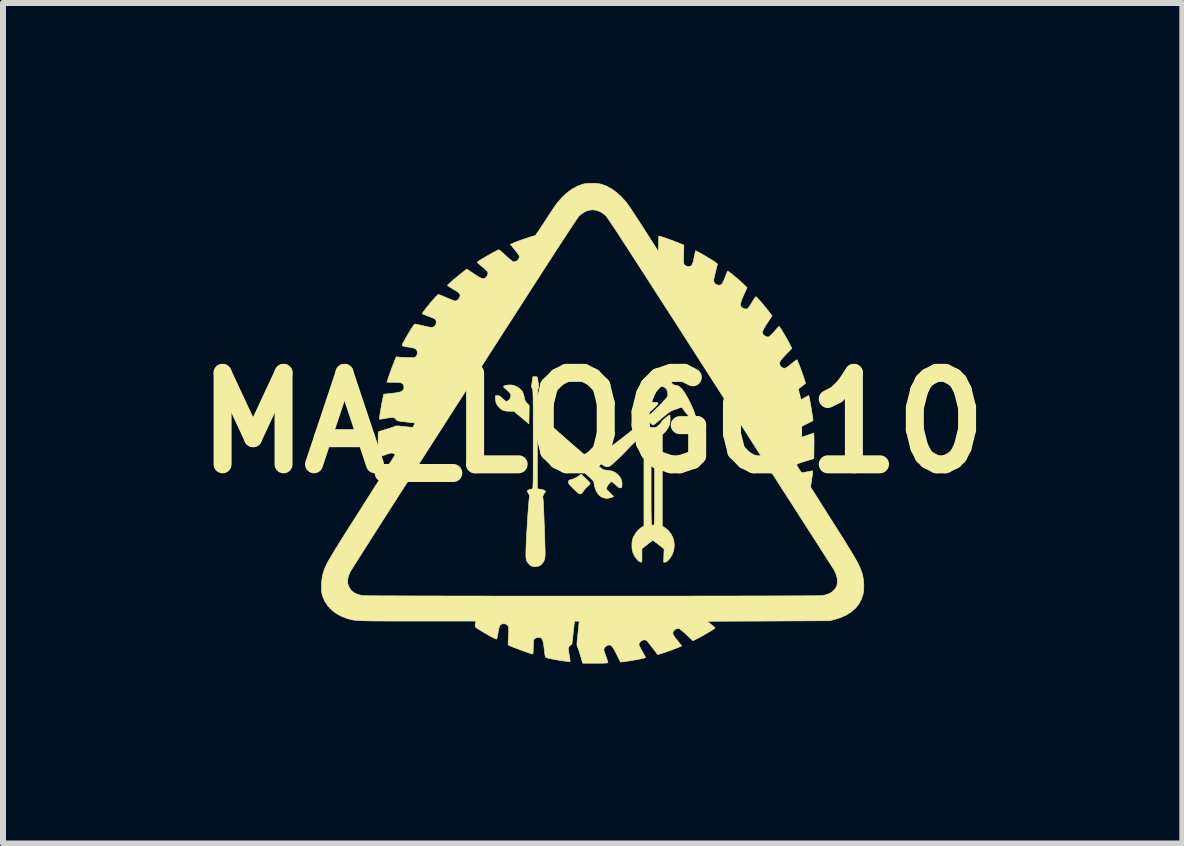
<source format=kicad_pcb>
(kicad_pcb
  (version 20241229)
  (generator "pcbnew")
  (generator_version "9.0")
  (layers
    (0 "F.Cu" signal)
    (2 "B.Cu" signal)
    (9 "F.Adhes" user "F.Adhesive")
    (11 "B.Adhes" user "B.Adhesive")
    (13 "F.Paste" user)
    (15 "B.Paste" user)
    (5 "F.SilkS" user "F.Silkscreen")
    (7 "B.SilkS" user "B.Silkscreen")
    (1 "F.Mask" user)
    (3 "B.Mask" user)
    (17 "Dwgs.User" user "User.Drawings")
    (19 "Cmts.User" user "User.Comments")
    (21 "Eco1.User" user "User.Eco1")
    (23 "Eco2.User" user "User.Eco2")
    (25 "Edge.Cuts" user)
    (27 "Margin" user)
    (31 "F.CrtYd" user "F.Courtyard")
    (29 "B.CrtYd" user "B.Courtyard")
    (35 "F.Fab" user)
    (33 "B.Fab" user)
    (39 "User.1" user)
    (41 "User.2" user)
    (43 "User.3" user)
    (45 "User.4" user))
  (footprint "MA_LOGO10"
    (layer "F.Cu")
    (at 6.829 4)
    (property "Reference" "MA_LOGO10" (at 0 0 0) (layer "F.SilkS") (effects (font (size 1.524 1.524) (thickness 0.3))))
    (attr through_hole)
    (fp_poly (pts (xy -0.118 0.924) (xy -0.089 0.952) (xy -0.065 0.977) (xy -0.048 0.997) (xy -0.042 1.008) (xy -0.042 1.008) (xy -0.049 1.021) (xy -0.064 1.039) (xy -0.081 1.054) (xy -0.106 1.078) (xy -0.134 1.109) (xy -0.153 1.135) (xy -0.171 1.161) (xy -0.187 1.177) (xy -0.202 1.184) (xy -0.22 1.181) (xy -0.242 1.167) (xy -0.271 1.142) (xy -0.309 1.106) (xy -0.317 1.099) (xy -0.355 1.061) (xy -0.381 1.033) (xy -0.397 1.012) (xy -0.405 0.997) (xy -0.406 0.99) (xy -0.401 0.966) (xy -0.386 0.951) (xy -0.375 0.948) (xy -0.354 0.944) (xy -0.324 0.933) (xy -0.29 0.918) (xy -0.257 0.9) (xy -0.232 0.884) (xy -0.194 0.855) (xy -0.118 0.924)) (stroke (width 0.01) (type solid)) (fill yes) (layer "F.SilkS"))
    (fp_poly (pts (xy -1.36 -0.633) (xy -1.32 -0.627) (xy -1.307 -0.623) (xy -1.261 -0.602) (xy -1.219 -0.574) (xy -1.185 -0.541) (xy -1.168 -0.516) (xy -1.157 -0.489) (xy -1.146 -0.453) (xy -1.139 -0.422) (xy -1.131 -0.387) (xy -1.121 -0.362) (xy -1.107 -0.341) (xy -1.093 -0.327) (xy -1.058 -0.291) (xy -1.06 -0.138) (xy -1.063 0.014) (xy -1.187 -0.09) (xy -1.312 -0.195) (xy -1.385 -0.195) (xy -1.438 -0.197) (xy -1.479 -0.205) (xy -1.513 -0.221) (xy -1.546 -0.246) (xy -1.552 -0.252) (xy -1.59 -0.296) (xy -1.612 -0.343) (xy -1.62 -0.396) (xy -1.621 -0.402) (xy -1.621 -0.453) (xy -1.59 -0.456) (xy -1.57 -0.455) (xy -1.553 -0.449) (xy -1.533 -0.435) (xy -1.518 -0.422) (xy -1.486 -0.393) (xy -1.464 -0.374) (xy -1.45 -0.363) (xy -1.439 -0.359) (xy -1.43 -0.36) (xy -1.419 -0.365) (xy -1.415 -0.368) (xy -1.386 -0.391) (xy -1.368 -0.425) (xy -1.363 -0.459) (xy -1.365 -0.473) (xy -1.371 -0.487) (xy -1.384 -0.504) (xy -1.407 -0.527) (xy -1.428 -0.547) (xy -1.457 -0.574) (xy -1.476 -0.591) (xy -1.484 -0.603) (xy -1.485 -0.61) (xy -1.479 -0.615) (xy -1.474 -0.618) (xy -1.443 -0.628) (xy -1.403 -0.633) (xy -1.36 -0.633)) (stroke (width 0.01) (type solid)) (fill yes) (layer "F.SilkS"))
    (fp_poly (pts (xy 0.719 0.086) (xy 0.728 0.104) (xy 0.728 0.106) (xy 0.741 0.126) (xy 0.762 0.151) (xy 0.777 0.168) (xy 0.796 0.188) (xy 0.808 0.204) (xy 0.811 0.211) (xy 0.804 0.219) (xy 0.787 0.236) (xy 0.762 0.26) (xy 0.731 0.289) (xy 0.715 0.304) (xy 0.678 0.339) (xy 0.64 0.377) (xy 0.606 0.412) (xy 0.58 0.44) (xy 0.576 0.445) (xy 0.554 0.469) (xy 0.523 0.501) (xy 0.486 0.539) (xy 0.445 0.579) (xy 0.406 0.614) (xy 0.364 0.653) (xy 0.333 0.682) (xy 0.309 0.702) (xy 0.291 0.716) (xy 0.277 0.723) (xy 0.265 0.727) (xy 0.252 0.728) (xy 0.244 0.728) (xy 0.224 0.727) (xy 0.206 0.722) (xy 0.186 0.712) (xy 0.16 0.695) (xy 0.137 0.678) (xy 0.108 0.656) (xy 0.084 0.637) (xy 0.068 0.624) (xy 0.064 0.62) (xy 0.068 0.61) (xy 0.084 0.591) (xy 0.111 0.564) (xy 0.148 0.529) (xy 0.194 0.489) (xy 0.248 0.445) (xy 0.308 0.396) (xy 0.373 0.344) (xy 0.443 0.29) (xy 0.457 0.28) (xy 0.504 0.244) (xy 0.55 0.208) (xy 0.593 0.175) (xy 0.628 0.146) (xy 0.654 0.125) (xy 0.654 0.124) (xy 0.68 0.103) (xy 0.7 0.087) (xy 0.712 0.078) (xy 0.714 0.077) (xy 0.719 0.086)) (stroke (width 0.01) (type solid)) (fill yes) (layer "F.SilkS"))
    (fp_poly (pts (xy -0.839 -0.085) (xy -0.82 -0.069) (xy -0.792 -0.045) (xy -0.757 -0.014) (xy -0.717 0.021) (xy -0.688 0.047) (xy -0.582 0.143) (xy -0.479 0.234) (xy -0.38 0.321) (xy -0.287 0.402) (xy -0.2 0.477) (xy -0.12 0.546) (xy -0.047 0.607) (xy 0.018 0.66) (xy 0.074 0.704) (xy 0.12 0.739) (xy 0.156 0.764) (xy 0.18 0.779) (xy 0.189 0.783) (xy 0.207 0.785) (xy 0.235 0.789) (xy 0.261 0.791) (xy 0.323 0.802) (xy 0.376 0.826) (xy 0.422 0.863) (xy 0.427 0.867) (xy 0.463 0.913) (xy 0.483 0.96) (xy 0.49 1.013) (xy 0.489 1.029) (xy 0.487 1.057) (xy 0.484 1.073) (xy 0.477 1.08) (xy 0.464 1.082) (xy 0.464 1.082) (xy 0.447 1.081) (xy 0.428 1.071) (xy 0.404 1.051) (xy 0.396 1.044) (xy 0.363 1.014) (xy 0.341 0.994) (xy 0.325 0.983) (xy 0.314 0.979) (xy 0.305 0.982) (xy 0.294 0.991) (xy 0.285 0.999) (xy 0.263 1.024) (xy 0.244 1.055) (xy 0.24 1.064) (xy 0.226 1.102) (xy 0.288 1.164) (xy 0.35 1.227) (xy 0.321 1.239) (xy 0.279 1.251) (xy 0.235 1.257) (xy 0.199 1.253) (xy 0.145 1.233) (xy 0.101 1.198) (xy 0.066 1.149) (xy 0.04 1.086) (xy 0.026 1.02) (xy 0.02 0.992) (xy 0.012 0.971) (xy -0.002 0.952) (xy -0.026 0.929) (xy -0.027 0.927) (xy -0.056 0.9) (xy -0.097 0.864) (xy -0.147 0.818) (xy -0.206 0.765) (xy -0.273 0.706) (xy -0.346 0.641) (xy -0.423 0.573) (xy -0.504 0.502) (xy -0.587 0.429) (xy -0.616 0.403) (xy -0.855 0.194) (xy -0.855 0.05) (xy -0.855 -0.003) (xy -0.853 -0.045) (xy -0.851 -0.074) (xy -0.849 -0.09) (xy -0.847 -0.092) (xy -0.839 -0.085)) (stroke (width 0.01) (type solid)) (fill yes) (layer "F.SilkS"))
    (fp_poly (pts (xy 1.196 -0.824) (xy 1.209 -0.817) (xy 1.227 -0.801) (xy 1.241 -0.787) (xy 1.272 -0.751) (xy 1.292 -0.718) (xy 1.295 -0.709) (xy 1.312 -0.671) (xy 1.337 -0.644) (xy 1.367 -0.629) (xy 1.382 -0.628) (xy 1.416 -0.622) (xy 1.451 -0.6) (xy 1.489 -0.564) (xy 1.528 -0.511) (xy 1.57 -0.442) (xy 1.603 -0.382) (xy 1.645 -0.296) (xy 1.679 -0.217) (xy 1.707 -0.139) (xy 1.732 -0.056) (xy 1.74 -0.023) (xy 1.75 0.018) (xy 1.755 0.046) (xy 1.754 0.063) (xy 1.746 0.072) (xy 1.731 0.076) (xy 1.718 0.076) (xy 1.704 0.074) (xy 1.694 0.065) (xy 1.684 0.046) (xy 1.676 0.028) (xy 1.637 -0.056) (xy 1.59 -0.127) (xy 1.563 -0.16) (xy 1.54 -0.186) (xy 1.521 -0.212) (xy 1.509 -0.23) (xy 1.509 -0.231) (xy 1.496 -0.252) (xy 1.479 -0.259) (xy 1.454 -0.255) (xy 1.432 -0.246) (xy 1.399 -0.233) (xy 1.362 -0.22) (xy 1.349 -0.216) (xy 1.332 -0.211) (xy 1.313 -0.202) (xy 1.291 -0.189) (xy 1.264 -0.17) (xy 1.231 -0.144) (xy 1.189 -0.11) (xy 1.138 -0.067) (xy 1.076 -0.014) (xy 1.075 -0.014) (xy 1.049 0.008) (xy 1.027 0.024) (xy 1.012 0.033) (xy 1.009 0.034) (xy 0.997 0.029) (xy 0.978 0.015) (xy 0.956 -0.002) (xy 0.933 -0.023) (xy 0.921 -0.039) (xy 0.916 -0.055) (xy 0.915 -0.072) (xy 0.916 -0.09) (xy 0.922 -0.105) (xy 0.935 -0.12) (xy 0.957 -0.141) (xy 0.966 -0.148) (xy 0.988 -0.168) (xy 1.019 -0.198) (xy 1.056 -0.234) (xy 1.097 -0.275) (xy 1.138 -0.316) (xy 1.176 -0.357) (xy 1.21 -0.393) (xy 1.232 -0.418) (xy 1.246 -0.438) (xy 1.252 -0.462) (xy 1.253 -0.485) (xy 1.246 -0.533) (xy 1.227 -0.57) (xy 1.193 -0.597) (xy 1.151 -0.612) (xy 1.134 -0.623) (xy 1.112 -0.646) (xy 1.098 -0.665) (xy 1.08 -0.693) (xy 1.071 -0.713) (xy 1.07 -0.73) (xy 1.071 -0.737) (xy 1.084 -0.762) (xy 1.108 -0.787) (xy 1.14 -0.809) (xy 1.167 -0.82) (xy 1.183 -0.824) (xy 1.196 -0.824)) (stroke (width 0.01) (type solid)) (fill yes) (layer "F.SilkS"))
    (fp_poly (pts (xy -0.935 -0.77) (xy -0.927 -0.765) (xy -0.922 -0.753) (xy -0.917 -0.733) (xy -0.912 -0.7) (xy -0.906 -0.658) (xy -0.902 -0.623) (xy -0.902 -0.599) (xy -0.907 -0.577) (xy -0.91 -0.571) (xy -0.912 -0.564) (xy -0.914 -0.554) (xy -0.916 -0.539) (xy -0.917 -0.519) (xy -0.918 -0.493) (xy -0.92 -0.46) (xy -0.92 -0.418) (xy -0.921 -0.367) (xy -0.922 -0.305) (xy -0.922 -0.232) (xy -0.922 -0.147) (xy -0.923 -0.049) (xy -0.923 0.064) (xy -0.923 0.192) (xy -0.923 0.279) (xy -0.923 1.098) (xy -0.877 1.104) (xy -0.831 1.112) (xy -0.802 1.124) (xy -0.788 1.139) (xy -0.787 1.144) (xy -0.791 1.157) (xy -0.795 1.16) (xy -0.803 1.167) (xy -0.814 1.184) (xy -0.82 1.195) (xy -0.831 1.223) (xy -0.831 1.244) (xy -0.83 1.249) (xy -0.828 1.262) (xy -0.825 1.29) (xy -0.822 1.33) (xy -0.82 1.381) (xy -0.817 1.44) (xy -0.814 1.504) (xy -0.813 1.538) (xy -0.81 1.617) (xy -0.807 1.702) (xy -0.804 1.789) (xy -0.801 1.873) (xy -0.798 1.949) (xy -0.796 2.011) (xy -0.794 2.087) (xy -0.792 2.148) (xy -0.793 2.197) (xy -0.796 2.236) (xy -0.801 2.267) (xy -0.809 2.292) (xy -0.82 2.314) (xy -0.835 2.334) (xy -0.843 2.345) (xy -0.865 2.366) (xy -0.89 2.382) (xy -0.895 2.385) (xy -0.929 2.393) (xy -0.97 2.395) (xy -1.007 2.39) (xy -1.016 2.387) (xy -1.052 2.364) (xy -1.084 2.326) (xy -1.095 2.307) (xy -1.103 2.29) (xy -1.108 2.272) (xy -1.111 2.249) (xy -1.113 2.217) (xy -1.113 2.172) (xy -1.113 2.172) (xy -1.112 2.128) (xy -1.11 2.073) (xy -1.108 2.007) (xy -1.104 1.934) (xy -1.1 1.856) (xy -1.095 1.774) (xy -1.09 1.69) (xy -1.085 1.607) (xy -1.08 1.528) (xy -1.074 1.453) (xy -1.069 1.385) (xy -1.064 1.326) (xy -1.06 1.279) (xy -1.056 1.245) (xy -1.054 1.232) (xy -1.053 1.209) (xy -1.064 1.185) (xy -1.071 1.174) (xy -1.083 1.152) (xy -1.089 1.135) (xy -1.089 1.13) (xy -1.078 1.121) (xy -1.057 1.112) (xy -1.032 1.104) (xy -1.008 1.101) (xy -1.005 1.101) (xy -1.003 1.1) (xy -1.001 1.097) (xy -0.999 1.092) (xy -0.997 1.082) (xy -0.996 1.067) (xy -0.995 1.046) (xy -0.994 1.019) (xy -0.993 0.983) (xy -0.992 0.939) (xy -0.992 0.884) (xy -0.991 0.819) (xy -0.991 0.742) (xy -0.991 0.652) (xy -0.991 0.548) (xy -0.991 0.429) (xy -0.991 0.294) (xy -0.991 0.279) (xy -0.991 0.143) (xy -0.991 0.022) (xy -0.991 -0.084) (xy -0.991 -0.176) (xy -0.991 -0.255) (xy -0.992 -0.322) (xy -0.992 -0.378) (xy -0.993 -0.425) (xy -0.994 -0.463) (xy -0.995 -0.493) (xy -0.996 -0.517) (xy -0.997 -0.535) (xy -0.999 -0.549) (xy -1.001 -0.559) (xy -1.003 -0.567) (xy -1.006 -0.573) (xy -1.006 -0.574) (xy -1.016 -0.596) (xy -1.02 -0.611) (xy -1.02 -0.614) (xy -1.018 -0.626) (xy -1.014 -0.65) (xy -1.009 -0.682) (xy -1.007 -0.696) (xy -0.997 -0.77) (xy -0.96 -0.77) (xy -0.945 -0.771) (xy -0.935 -0.77)) (stroke (width 0.01) (type solid)) (fill yes) (layer "F.SilkS"))
    (fp_poly (pts (xy 1.045 -0.342) (xy 1.075 -0.34) (xy 1.089 -0.334) (xy 1.089 -0.322) (xy 1.076 -0.303) (xy 1.049 -0.275) (xy 1.037 -0.262) (xy 1.009 -0.235) (xy 0.985 -0.213) (xy 0.967 -0.199) (xy 0.959 -0.195) (xy 0.947 -0.189) (xy 0.929 -0.174) (xy 0.907 -0.152) (xy 0.906 -0.15) (xy 0.884 -0.127) (xy 0.872 -0.109) (xy 0.866 -0.091) (xy 0.864 -0.068) (xy 0.864 -0.05) (xy 0.864 0.006) (xy 0.905 0.041) (xy 0.929 0.06) (xy 0.947 0.071) (xy 0.968 0.075) (xy 0.997 0.076) (xy 1.004 0.076) (xy 1.035 0.076) (xy 1.056 0.072) (xy 1.073 0.063) (xy 1.094 0.046) (xy 1.099 0.042) (xy 1.121 0.02) (xy 1.137 0.000492) (xy 1.143 -0.011) (xy 1.151 -0.023) (xy 1.168 -0.041) (xy 1.191 -0.063) (xy 1.217 -0.086) (xy 1.242 -0.106) (xy 1.265 -0.123) (xy 1.28 -0.131) (xy 1.285 -0.132) (xy 1.288 -0.121) (xy 1.29 -0.098) (xy 1.291 -0.066) (xy 1.291 -0.056) (xy 1.29 -0.018) (xy 1.286 0.01) (xy 1.278 0.037) (xy 1.264 0.068) (xy 1.263 0.07) (xy 1.237 0.113) (xy 1.207 0.15) (xy 1.198 0.159) (xy 1.16 0.193) (xy 1.16 1.718) (xy 1.207 1.749) (xy 1.263 1.796) (xy 1.307 1.852) (xy 1.338 1.915) (xy 1.356 1.983) (xy 1.36 2.053) (xy 1.351 2.123) (xy 1.328 2.19) (xy 1.291 2.252) (xy 1.267 2.281) (xy 1.241 2.305) (xy 1.221 2.317) (xy 1.207 2.32) (xy 1.183 2.32) (xy 1.191 2.099) (xy 1.099 2.027) (xy 1.065 2.001) (xy 1.036 1.98) (xy 1.014 1.965) (xy 1.002 1.958) (xy 1 1.957) (xy 0.992 1.963) (xy 0.972 1.978) (xy 0.945 1.998) (xy 0.913 2.024) (xy 0.908 2.028) (xy 0.821 2.095) (xy 0.821 2.208) (xy 0.821 2.253) (xy 0.821 2.284) (xy 0.819 2.304) (xy 0.816 2.314) (xy 0.811 2.319) (xy 0.804 2.32) (xy 0.802 2.32) (xy 0.783 2.313) (xy 0.759 2.295) (xy 0.748 2.284) (xy 0.702 2.226) (xy 0.672 2.164) (xy 0.656 2.096) (xy 0.654 2.02) (xy 0.658 1.975) (xy 0.666 1.939) (xy 0.68 1.901) (xy 0.683 1.895) (xy 0.717 1.837) (xy 0.759 1.786) (xy 0.806 1.746) (xy 0.819 1.738) (xy 0.855 1.717) (xy 0.855 1.145) (xy 0.974 1.145) (xy 0.974 1.254) (xy 0.974 1.349) (xy 0.974 1.43) (xy 0.975 1.499) (xy 0.976 1.555) (xy 0.977 1.601) (xy 0.978 1.637) (xy 0.981 1.665) (xy 0.983 1.685) (xy 0.987 1.698) (xy 0.991 1.706) (xy 0.995 1.709) (xy 1.001 1.709) (xy 1.008 1.706) (xy 1.015 1.702) (xy 1.017 1.702) (xy 1.02 1.7) (xy 1.022 1.696) (xy 1.024 1.69) (xy 1.026 1.681) (xy 1.028 1.667) (xy 1.029 1.647) (xy 1.03 1.621) (xy 1.031 1.586) (xy 1.032 1.542) (xy 1.032 1.488) (xy 1.033 1.423) (xy 1.033 1.345) (xy 1.033 1.253) (xy 1.033 1.147) (xy 1.033 1.025) (xy 1.033 1.025) (xy 1.033 0.902) (xy 1.033 0.794) (xy 1.033 0.702) (xy 1.032 0.623) (xy 1.032 0.557) (xy 1.031 0.502) (xy 1.031 0.457) (xy 1.03 0.422) (xy 1.028 0.395) (xy 1.027 0.374) (xy 1.025 0.36) (xy 1.023 0.351) (xy 1.021 0.345) (xy 1.02 0.344) (xy 1.004 0.335) (xy 0.99 0.339) (xy 0.987 0.341) (xy 0.984 0.344) (xy 0.982 0.35) (xy 0.98 0.359) (xy 0.979 0.373) (xy 0.977 0.393) (xy 0.976 0.42) (xy 0.975 0.455) (xy 0.975 0.498) (xy 0.974 0.552) (xy 0.974 0.618) (xy 0.974 0.696) (xy 0.974 0.787) (xy 0.974 0.893) (xy 0.974 1.015) (xy 0.974 1.019) (xy 0.974 1.145) (xy 0.855 1.145) (xy 0.855 0.958) (xy 0.855 0.199) (xy 0.813 0.163) (xy 0.77 0.115) (xy 0.744 0.07) (xy 0.728 0.037) (xy 0.72 0.009) (xy 0.716 -0.022) (xy 0.716 -0.05) (xy 0.719 -0.105) (xy 0.729 -0.153) (xy 0.731 -0.159) (xy 0.754 -0.204) (xy 0.789 -0.249) (xy 0.831 -0.289) (xy 0.877 -0.318) (xy 0.879 -0.319) (xy 0.907 -0.332) (xy 0.932 -0.339) (xy 0.961 -0.342) (xy 0.999 -0.343) (xy 1.045 -0.342)) (stroke (width 0.01) (type solid)) (fill yes) (layer "F.SilkS"))
    (fp_poly (pts (xy 0.09 -3.99) (xy 0.141 -3.98) (xy 0.193 -3.963) (xy 0.234 -3.946) (xy 0.313 -3.903) (xy 0.392 -3.846) (xy 0.47 -3.777) (xy 0.543 -3.698) (xy 0.566 -3.67) (xy 0.58 -3.651) (xy 0.602 -3.62) (xy 0.631 -3.578) (xy 0.666 -3.526) (xy 0.705 -3.466) (xy 0.748 -3.4) (xy 0.794 -3.329) (xy 0.842 -3.256) (xy 0.855 -3.235) (xy 1.096 -2.858) (xy 1.099 -2.987) (xy 1.101 -3.116) (xy 1.124 -3.11) (xy 1.148 -3.104) (xy 1.184 -3.092) (xy 1.228 -3.077) (xy 1.278 -3.059) (xy 1.33 -3.04) (xy 1.379 -3.021) (xy 1.424 -3.004) (xy 1.431 -3.001) (xy 1.52 -2.965) (xy 1.519 -2.903) (xy 1.519 -2.866) (xy 1.518 -2.82) (xy 1.516 -2.772) (xy 1.516 -2.752) (xy 1.515 -2.704) (xy 1.517 -2.669) (xy 1.523 -2.646) (xy 1.535 -2.63) (xy 1.552 -2.618) (xy 1.556 -2.617) (xy 1.579 -2.61) (xy 1.604 -2.608) (xy 1.627 -2.611) (xy 1.645 -2.621) (xy 1.659 -2.641) (xy 1.672 -2.673) (xy 1.684 -2.718) (xy 1.692 -2.763) (xy 1.7 -2.803) (xy 1.707 -2.836) (xy 1.713 -2.86) (xy 1.716 -2.87) (xy 1.717 -2.87) (xy 1.727 -2.866) (xy 1.749 -2.855) (xy 1.78 -2.838) (xy 1.818 -2.816) (xy 1.861 -2.792) (xy 1.904 -2.766) (xy 1.947 -2.741) (xy 1.986 -2.717) (xy 1.988 -2.716) (xy 2.023 -2.693) (xy 2.052 -2.673) (xy 2.072 -2.657) (xy 2.08 -2.648) (xy 2.08 -2.647) (xy 2.077 -2.636) (xy 2.071 -2.611) (xy 2.062 -2.576) (xy 2.051 -2.534) (xy 2.044 -2.505) (xy 2.032 -2.455) (xy 2.024 -2.418) (xy 2.019 -2.392) (xy 2.018 -2.373) (xy 2.019 -2.36) (xy 2.022 -2.348) (xy 2.023 -2.346) (xy 2.042 -2.319) (xy 2.069 -2.302) (xy 2.101 -2.295) (xy 2.131 -2.299) (xy 2.153 -2.314) (xy 2.163 -2.329) (xy 2.177 -2.356) (xy 2.193 -2.392) (xy 2.209 -2.432) (xy 2.209 -2.432) (xy 2.223 -2.47) (xy 2.236 -2.501) (xy 2.246 -2.522) (xy 2.251 -2.531) (xy 2.251 -2.532) (xy 2.261 -2.526) (xy 2.281 -2.512) (xy 2.309 -2.49) (xy 2.342 -2.463) (xy 2.379 -2.432) (xy 2.417 -2.401) (xy 2.453 -2.369) (xy 2.485 -2.341) (xy 2.504 -2.323) (xy 2.574 -2.256) (xy 2.519 -2.134) (xy 2.494 -2.076) (xy 2.477 -2.031) (xy 2.467 -1.996) (xy 2.464 -1.97) (xy 2.468 -1.95) (xy 2.478 -1.933) (xy 2.484 -1.926) (xy 2.51 -1.909) (xy 2.541 -1.9) (xy 2.57 -1.9) (xy 2.581 -1.904) (xy 2.592 -1.915) (xy 2.609 -1.937) (xy 2.63 -1.968) (xy 2.652 -2.005) (xy 2.656 -2.011) (xy 2.678 -2.047) (xy 2.697 -2.076) (xy 2.712 -2.096) (xy 2.721 -2.105) (xy 2.722 -2.105) (xy 2.731 -2.098) (xy 2.748 -2.08) (xy 2.773 -2.053) (xy 2.802 -2.02) (xy 2.834 -1.983) (xy 2.866 -1.944) (xy 2.897 -1.906) (xy 2.926 -1.871) (xy 2.941 -1.851) (xy 2.991 -1.786) (xy 2.914 -1.67) (xy 2.88 -1.618) (xy 2.856 -1.577) (xy 2.84 -1.545) (xy 2.832 -1.521) (xy 2.83 -1.501) (xy 2.836 -1.485) (xy 2.84 -1.477) (xy 2.862 -1.455) (xy 2.891 -1.439) (xy 2.92 -1.433) (xy 2.932 -1.434) (xy 2.948 -1.443) (xy 2.971 -1.464) (xy 3.001 -1.495) (xy 3.027 -1.524) (xy 3.054 -1.555) (xy 3.078 -1.582) (xy 3.097 -1.6) (xy 3.107 -1.608) (xy 3.107 -1.609) (xy 3.114 -1.602) (xy 3.128 -1.582) (xy 3.147 -1.553) (xy 3.169 -1.517) (xy 3.194 -1.476) (xy 3.22 -1.432) (xy 3.244 -1.389) (xy 3.267 -1.348) (xy 3.285 -1.313) (xy 3.32 -1.243) (xy 3.226 -1.146) (xy 3.183 -1.101) (xy 3.152 -1.065) (xy 3.131 -1.037) (xy 3.118 -1.015) (xy 3.114 -0.996) (xy 3.116 -0.978) (xy 3.117 -0.973) (xy 3.135 -0.942) (xy 3.162 -0.92) (xy 3.193 -0.911) (xy 3.195 -0.911) (xy 3.209 -0.913) (xy 3.226 -0.92) (xy 3.247 -0.934) (xy 3.276 -0.956) (xy 3.311 -0.984) (xy 3.344 -1.011) (xy 3.372 -1.032) (xy 3.393 -1.047) (xy 3.404 -1.053) (xy 3.405 -1.053) (xy 3.411 -1.044) (xy 3.421 -1.021) (xy 3.435 -0.987) (xy 3.451 -0.946) (xy 3.468 -0.9) (xy 3.486 -0.851) (xy 3.503 -0.802) (xy 3.519 -0.757) (xy 3.532 -0.717) (xy 3.542 -0.686) (xy 3.547 -0.666) (xy 3.548 -0.662) (xy 3.541 -0.655) (xy 3.523 -0.64) (xy 3.497 -0.619) (xy 3.463 -0.593) (xy 3.442 -0.577) (xy 3.404 -0.548) (xy 3.369 -0.521) (xy 3.342 -0.498) (xy 3.323 -0.481) (xy 3.319 -0.476) (xy 3.304 -0.446) (xy 3.306 -0.414) (xy 3.325 -0.381) (xy 3.328 -0.377) (xy 3.345 -0.36) (xy 3.362 -0.351) (xy 3.382 -0.349) (xy 3.407 -0.355) (xy 3.44 -0.37) (xy 3.484 -0.393) (xy 3.502 -0.403) (xy 3.538 -0.424) (xy 3.568 -0.44) (xy 3.59 -0.452) (xy 3.601 -0.456) (xy 3.602 -0.456) (xy 3.605 -0.446) (xy 3.611 -0.422) (xy 3.618 -0.387) (xy 3.626 -0.344) (xy 3.634 -0.296) (xy 3.643 -0.245) (xy 3.651 -0.194) (xy 3.659 -0.146) (xy 3.665 -0.103) (xy 3.67 -0.069) (xy 3.672 -0.046) (xy 3.672 -0.038) (xy 3.664 -0.033) (xy 3.644 -0.023) (xy 3.614 -0.008) (xy 3.575 0.012) (xy 3.543 0.028) (xy 3.492 0.054) (xy 3.455 0.075) (xy 3.428 0.092) (xy 3.411 0.106) (xy 3.401 0.118) (xy 3.401 0.118) (xy 3.39 0.151) (xy 3.396 0.185) (xy 3.416 0.215) (xy 3.431 0.229) (xy 3.446 0.237) (xy 3.464 0.239) (xy 3.489 0.235) (xy 3.523 0.225) (xy 3.569 0.209) (xy 3.587 0.203) (xy 3.624 0.189) (xy 3.654 0.179) (xy 3.676 0.171) (xy 3.684 0.169) (xy 3.686 0.177) (xy 3.688 0.2) (xy 3.689 0.236) (xy 3.69 0.281) (xy 3.69 0.335) (xy 3.689 0.382) (xy 3.687 0.594) (xy 3.553 0.635) (xy 3.508 0.649) (xy 3.467 0.662) (xy 3.435 0.674) (xy 3.414 0.683) (xy 3.407 0.687) (xy 3.403 0.694) (xy 3.404 0.705) (xy 3.412 0.722) (xy 3.427 0.749) (xy 3.437 0.764) (xy 3.456 0.793) (xy 3.472 0.815) (xy 3.483 0.828) (xy 3.486 0.83) (xy 3.496 0.828) (xy 3.52 0.824) (xy 3.552 0.819) (xy 3.579 0.814) (xy 3.666 0.798) (xy 3.666 0.823) (xy 3.665 0.842) (xy 3.661 0.872) (xy 3.655 0.911) (xy 3.649 0.954) (xy 3.648 0.954) (xy 3.642 0.995) (xy 3.638 1.031) (xy 3.635 1.058) (xy 3.635 1.071) (xy 3.636 1.072) (xy 3.641 1.081) (xy 3.654 1.103) (xy 3.676 1.137) (xy 3.704 1.182) (xy 3.739 1.237) (xy 3.779 1.301) (xy 3.824 1.373) (xy 3.874 1.451) (xy 3.927 1.535) (xy 3.983 1.623) (xy 4.01 1.666) (xy 4.085 1.783) (xy 4.151 1.888) (xy 4.209 1.98) (xy 4.259 2.062) (xy 4.303 2.133) (xy 4.34 2.195) (xy 4.372 2.25) (xy 4.399 2.297) (xy 4.422 2.339) (xy 4.44 2.377) (xy 4.456 2.41) (xy 4.468 2.441) (xy 4.479 2.47) (xy 4.489 2.499) (xy 4.492 2.51) (xy 4.507 2.576) (xy 4.517 2.648) (xy 4.52 2.721) (xy 4.518 2.789) (xy 4.509 2.848) (xy 4.509 2.848) (xy 4.48 2.938) (xy 4.436 3.019) (xy 4.379 3.09) (xy 4.307 3.152) (xy 4.222 3.205) (xy 4.123 3.248) (xy 4.037 3.274) (xy 3.95 3.297) (xy 2.93 3.302) (xy 1.911 3.306) (xy 1.977 3.361) (xy 2.042 3.416) (xy 2.022 3.432) (xy 2.003 3.446) (xy 1.972 3.465) (xy 1.932 3.489) (xy 1.888 3.516) (xy 1.841 3.542) (xy 1.796 3.567) (xy 1.756 3.588) (xy 1.746 3.593) (xy 1.671 3.631) (xy 1.569 3.534) (xy 1.533 3.501) (xy 1.5 3.472) (xy 1.472 3.449) (xy 1.452 3.434) (xy 1.444 3.429) (xy 1.416 3.427) (xy 1.385 3.436) (xy 1.359 3.455) (xy 1.352 3.464) (xy 1.34 3.484) (xy 1.337 3.503) (xy 1.342 3.526) (xy 1.356 3.553) (xy 1.381 3.587) (xy 1.41 3.623) (xy 1.436 3.656) (xy 1.458 3.684) (xy 1.474 3.704) (xy 1.481 3.715) (xy 1.482 3.716) (xy 1.474 3.722) (xy 1.453 3.731) (xy 1.421 3.744) (xy 1.381 3.76) (xy 1.336 3.777) (xy 1.287 3.795) (xy 1.238 3.812) (xy 1.192 3.828) (xy 1.15 3.842) (xy 1.116 3.852) (xy 1.092 3.858) (xy 1.081 3.86) (xy 1.081 3.859) (xy 1.066 3.838) (xy 1.045 3.809) (xy 1.02 3.776) (xy 0.992 3.74) (xy 0.965 3.705) (xy 0.939 3.673) (xy 0.918 3.647) (xy 0.903 3.629) (xy 0.897 3.623) (xy 0.877 3.618) (xy 0.855 3.615) (xy 0.831 3.622) (xy 0.805 3.638) (xy 0.784 3.66) (xy 0.772 3.683) (xy 0.77 3.692) (xy 0.775 3.706) (xy 0.786 3.732) (xy 0.803 3.765) (xy 0.823 3.802) (xy 0.826 3.806) (xy 0.846 3.842) (xy 0.863 3.873) (xy 0.875 3.896) (xy 0.88 3.908) (xy 0.881 3.909) (xy 0.872 3.914) (xy 0.849 3.921) (xy 0.813 3.93) (xy 0.765 3.939) (xy 0.707 3.95) (xy 0.642 3.961) (xy 0.57 3.972) (xy 0.494 3.983) (xy 0.493 3.983) (xy 0.465 3.987) (xy 0.402 3.861) (xy 0.373 3.804) (xy 0.348 3.761) (xy 0.327 3.731) (xy 0.308 3.712) (xy 0.291 3.702) (xy 0.278 3.7) (xy 0.25 3.706) (xy 0.222 3.722) (xy 0.2 3.743) (xy 0.188 3.767) (xy 0.186 3.775) (xy 0.189 3.792) (xy 0.197 3.82) (xy 0.209 3.856) (xy 0.22 3.889) (xy 0.234 3.926) (xy 0.245 3.959) (xy 0.252 3.982) (xy 0.254 3.993) (xy 0.252 3.996) (xy 0.244 3.999) (xy 0.228 4.002) (xy 0.203 4.003) (xy 0.167 4.004) (xy 0.118 4.005) (xy 0.053 4.005) (xy 0.044 4.005) (xy -0.166 4.005) (xy -0.203 3.88) (xy -0.217 3.834) (xy -0.23 3.793) (xy -0.242 3.759) (xy -0.251 3.736) (xy -0.253 3.73) (xy -0.257 3.721) (xy -0.26 3.711) (xy -0.262 3.697) (xy -0.262 3.677) (xy -0.26 3.649) (xy -0.256 3.61) (xy -0.251 3.558) (xy -0.245 3.506) (xy -0.224 3.306) (xy -0.261 3.304) (xy -0.284 3.303) (xy -0.299 3.303) (xy -0.301 3.304) (xy -0.302 3.312) (xy -0.306 3.336) (xy -0.31 3.371) (xy -0.315 3.416) (xy -0.321 3.468) (xy -0.324 3.495) (xy -0.345 3.684) (xy -0.376 3.71) (xy -0.39 3.722) (xy -0.399 3.734) (xy -0.404 3.749) (xy -0.405 3.77) (xy -0.402 3.799) (xy -0.396 3.839) (xy -0.389 3.877) (xy -0.383 3.916) (xy -0.378 3.947) (xy -0.376 3.969) (xy -0.376 3.977) (xy -0.387 3.978) (xy -0.411 3.977) (xy -0.446 3.972) (xy -0.489 3.966) (xy -0.537 3.959) (xy -0.588 3.951) (xy -0.638 3.942) (xy -0.684 3.933) (xy -0.725 3.925) (xy -0.756 3.917) (xy -0.773 3.912) (xy -0.781 3.908) (xy -0.786 3.901) (xy -0.791 3.888) (xy -0.795 3.867) (xy -0.8 3.835) (xy -0.805 3.79) (xy -0.807 3.772) (xy -0.815 3.71) (xy -0.822 3.664) (xy -0.831 3.63) (xy -0.84 3.606) (xy -0.851 3.59) (xy -0.863 3.582) (xy -0.896 3.573) (xy -0.931 3.577) (xy -0.961 3.592) (xy -0.963 3.593) (xy -0.972 3.602) (xy -0.979 3.611) (xy -0.983 3.623) (xy -0.986 3.641) (xy -0.987 3.669) (xy -0.989 3.709) (xy -0.989 3.733) (xy -0.991 3.776) (xy -0.992 3.812) (xy -0.995 3.838) (xy -0.997 3.851) (xy -0.998 3.852) (xy -1.012 3.849) (xy -1.039 3.841) (xy -1.076 3.829) (xy -1.12 3.813) (xy -1.169 3.796) (xy -1.22 3.777) (xy -1.269 3.758) (xy -1.316 3.741) (xy -1.355 3.725) (xy -1.385 3.712) (xy -1.404 3.703) (xy -1.407 3.701) (xy -1.409 3.691) (xy -1.409 3.667) (xy -1.408 3.633) (xy -1.406 3.59) (xy -1.404 3.559) (xy -1.4 3.498) (xy -1.399 3.452) (xy -1.401 3.418) (xy -1.406 3.394) (xy -1.415 3.376) (xy -1.428 3.364) (xy -1.44 3.357) (xy -1.474 3.345) (xy -1.506 3.349) (xy -1.524 3.357) (xy -1.537 3.365) (xy -1.547 3.377) (xy -1.555 3.396) (xy -1.563 3.423) (xy -1.571 3.462) (xy -1.579 3.509) (xy -1.586 3.546) (xy -1.593 3.576) (xy -1.598 3.596) (xy -1.601 3.602) (xy -1.611 3.601) (xy -1.634 3.591) (xy -1.667 3.575) (xy -1.711 3.552) (xy -1.762 3.523) (xy -1.82 3.489) (xy -1.874 3.456) (xy -1.911 3.433) (xy -1.937 3.416) (xy -1.952 3.403) (xy -1.959 3.39) (xy -1.96 3.374) (xy -1.956 3.351) (xy -1.951 3.327) (xy -1.945 3.302) (xy -2.915 3.302) (xy -3.068 3.302) (xy -3.206 3.302) (xy -3.329 3.302) (xy -3.438 3.302) (xy -3.534 3.301) (xy -3.618 3.301) (xy -3.691 3.3) (xy -3.754 3.299) (xy -3.809 3.298) (xy -3.855 3.296) (xy -3.895 3.294) (xy -3.929 3.292) (xy -3.958 3.289) (xy -3.984 3.286) (xy -4.006 3.282) (xy -4.027 3.277) (xy -4.046 3.272) (xy -4.066 3.267) (xy -4.088 3.261) (xy -4.094 3.259) (xy -4.189 3.223) (xy -4.275 3.175) (xy -4.35 3.118) (xy -4.413 3.05) (xy -4.464 2.975) (xy -4.499 2.893) (xy -4.509 2.862) (xy -4.515 2.832) (xy -4.519 2.8) (xy -4.52 2.762) (xy -4.52 2.712) (xy -4.519 2.692) (xy -4.514 2.618) (xy -4.513 2.611) (xy -4.084 2.611) (xy -4.083 2.666) (xy -4.081 2.681) (xy -4.059 2.741) (xy -4.025 2.79) (xy -3.977 2.83) (xy -3.916 2.859) (xy -3.843 2.877) (xy -3.831 2.878) (xy -3.818 2.879) (xy -3.789 2.879) (xy -3.744 2.88) (xy -3.684 2.881) (xy -3.61 2.881) (xy -3.522 2.882) (xy -3.421 2.882) (xy -3.308 2.882) (xy -3.183 2.883) (xy -3.047 2.883) (xy -2.901 2.884) (xy -2.746 2.884) (xy -2.581 2.884) (xy -2.408 2.885) (xy -2.227 2.885) (xy -2.039 2.885) (xy -1.845 2.885) (xy -1.645 2.886) (xy -1.441 2.886) (xy -1.231 2.886) (xy -1.018 2.886) (xy -0.802 2.886) (xy -0.584 2.886) (xy -0.364 2.886) (xy -0.143 2.886) (xy 0.079 2.886) (xy 0.3 2.886) (xy 0.521 2.886) (xy 0.74 2.886) (xy 0.956 2.886) (xy 1.17 2.886) (xy 1.381 2.886) (xy 1.587 2.886) (xy 1.788 2.885) (xy 1.983 2.885) (xy 2.173 2.885) (xy 2.355 2.885) (xy 2.531 2.884) (xy 2.697 2.884) (xy 2.856 2.884) (xy 3.004 2.883) (xy 3.143 2.883) (xy 3.27 2.882) (xy 3.386 2.882) (xy 3.49 2.882) (xy 3.581 2.881) (xy 3.659 2.881) (xy 3.723 2.88) (xy 3.772 2.879) (xy 3.805 2.879) (xy 3.822 2.878) (xy 3.824 2.878) (xy 3.865 2.87) (xy 3.906 2.859) (xy 3.94 2.847) (xy 3.983 2.822) (xy 4.021 2.788) (xy 4.052 2.75) (xy 4.071 2.711) (xy 4.08 2.653) (xy 4.076 2.589) (xy 4.058 2.522) (xy 4.028 2.457) (xy 4.02 2.443) (xy 4.014 2.433) (xy 3.998 2.409) (xy 3.975 2.372) (xy 3.943 2.322) (xy 3.903 2.26) (xy 3.855 2.186) (xy 3.801 2.1) (xy 3.739 2.004) (xy 3.671 1.897) (xy 3.596 1.781) (xy 3.515 1.655) (xy 3.428 1.52) (xy 3.336 1.376) (xy 3.239 1.225) (xy 3.137 1.066) (xy 3.031 0.9) (xy 2.92 0.727) (xy 2.806 0.549) (xy 2.687 0.365) (xy 2.566 0.175) (xy 2.442 -0.019) (xy 2.315 -0.217) (xy 2.185 -0.418) (xy 2.13 -0.504) (xy 1.966 -0.759) (xy 1.811 -1.001) (xy 1.665 -1.228) (xy 1.527 -1.443) (xy 1.398 -1.645) (xy 1.276 -1.834) (xy 1.162 -2.01) (xy 1.056 -2.175) (xy 0.958 -2.328) (xy 0.867 -2.469) (xy 0.782 -2.6) (xy 0.705 -2.72) (xy 0.634 -2.829) (xy 0.57 -2.929) (xy 0.511 -3.018) (xy 0.459 -3.098) (xy 0.413 -3.17) (xy 0.372 -3.232) (xy 0.336 -3.286) (xy 0.306 -3.331) (xy 0.28 -3.369) (xy 0.26 -3.4) (xy 0.243 -3.423) (xy 0.231 -3.44) (xy 0.224 -3.449) (xy 0.221 -3.452) (xy 0.189 -3.48) (xy 0.151 -3.507) (xy 0.12 -3.524) (xy 0.056 -3.547) (xy -0.009 -3.553) (xy -0.074 -3.543) (xy -0.137 -3.517) (xy -0.197 -3.476) (xy -0.227 -3.448) (xy -0.233 -3.441) (xy -0.243 -3.428) (xy -0.257 -3.408) (xy -0.275 -3.382) (xy -0.298 -3.348) (xy -0.325 -3.308) (xy -0.357 -3.259) (xy -0.394 -3.203) (xy -0.436 -3.138) (xy -0.484 -3.065) (xy -0.538 -2.983) (xy -0.598 -2.891) (xy -0.663 -2.79) (xy -0.735 -2.678) (xy -0.814 -2.557) (xy -0.899 -2.424) (xy -0.992 -2.281) (xy -1.091 -2.126) (xy -1.198 -1.96) (xy -1.313 -1.781) (xy -1.436 -1.591) (xy -1.567 -1.387) (xy -1.706 -1.171) (xy -1.853 -0.941) (xy -2.009 -0.698) (xy -2.142 -0.491) (xy -2.273 -0.288) (xy -2.401 -0.088) (xy -2.527 0.109) (xy -2.65 0.3) (xy -2.77 0.487) (xy -2.886 0.669) (xy -2.999 0.845) (xy -3.107 1.015) (xy -3.212 1.178) (xy -3.311 1.333) (xy -3.406 1.481) (xy -3.495 1.621) (xy -3.579 1.752) (xy -3.657 1.874) (xy -3.728 1.986) (xy -3.793 2.088) (xy -3.851 2.18) (xy -3.902 2.26) (xy -3.946 2.329) (xy -3.982 2.385) (xy -4.009 2.429) (xy -4.029 2.46) (xy -4.039 2.478) (xy -4.041 2.481) (xy -4.07 2.549) (xy -4.084 2.611) (xy -4.513 2.611) (xy -4.504 2.551) (xy -4.488 2.487) (xy -4.464 2.421) (xy -4.431 2.349) (xy -4.421 2.328) (xy -4.409 2.307) (xy -4.389 2.272) (xy -4.361 2.226) (xy -4.327 2.168) (xy -4.286 2.102) (xy -4.24 2.027) (xy -4.189 1.945) (xy -4.134 1.857) (xy -4.076 1.765) (xy -4.015 1.669) (xy -3.956 1.577) (xy -3.54 0.922) (xy -3.55 0.849) (xy -3.554 0.81) (xy -3.555 0.784) (xy -3.552 0.773) (xy -3.551 0.773) (xy -3.541 0.768) (xy -3.519 0.757) (xy -3.489 0.741) (xy -3.468 0.73) (xy -3.434 0.712) (xy -3.411 0.697) (xy -3.393 0.682) (xy -3.376 0.663) (xy -3.358 0.636) (xy -3.342 0.61) (xy -3.291 0.53) (xy -3.31 0.515) (xy -3.325 0.506) (xy -3.341 0.501) (xy -3.363 0.502) (xy -3.392 0.509) (xy -3.432 0.522) (xy -3.468 0.535) (xy -3.506 0.548) (xy -3.538 0.557) (xy -3.561 0.563) (xy -3.571 0.564) (xy -3.571 0.564) (xy -3.573 0.554) (xy -3.574 0.53) (xy -3.575 0.494) (xy -3.576 0.451) (xy -3.577 0.402) (xy -3.577 0.35) (xy -3.577 0.299) (xy -3.576 0.251) (xy -3.576 0.209) (xy -3.574 0.176) (xy -3.573 0.155) (xy -3.571 0.148) (xy -3.562 0.144) (xy -3.539 0.136) (xy -3.505 0.125) (xy -3.465 0.113) (xy -3.442 0.106) (xy -3.397 0.092) (xy -3.357 0.079) (xy -3.325 0.068) (xy -3.304 0.06) (xy -3.299 0.057) (xy -3.291 0.053) (xy -3.278 0.05) (xy -3.26 0.05) (xy -3.232 0.051) (xy -3.194 0.055) (xy -3.142 0.06) (xy -3.095 0.065) (xy -3.055 0.069) (xy -3.024 0.072) (xy -3.005 0.074) (xy -3.001 0.074) (xy -2.989 0.057) (xy -2.977 0.036) (xy -2.967 0.016) (xy -2.961 0.003) (xy -2.961 -0.000078) (xy -2.971 -0.001) (xy -2.995 -0.003) (xy -3.031 -0.007) (xy -3.074 -0.012) (xy -3.116 -0.017) (xy -3.178 -0.024) (xy -3.224 -0.031) (xy -3.254 -0.037) (xy -3.267 -0.043) (xy -3.267 -0.044) (xy -3.281 -0.065) (xy -3.304 -0.083) (xy -3.329 -0.093) (xy -3.334 -0.093) (xy -3.352 -0.092) (xy -3.382 -0.088) (xy -3.42 -0.082) (xy -3.454 -0.076) (xy -3.492 -0.069) (xy -3.524 -0.065) (xy -3.545 -0.062) (xy -3.553 -0.062) (xy -3.554 -0.072) (xy -3.551 -0.096) (xy -3.547 -0.13) (xy -3.541 -0.173) (xy -3.533 -0.222) (xy -3.524 -0.273) (xy -3.515 -0.325) (xy -3.506 -0.368) (xy -3.484 -0.478) (xy -3.349 -0.494) (xy -3.288 -0.501) (xy -3.241 -0.509) (xy -3.207 -0.517) (xy -3.183 -0.527) (xy -3.166 -0.54) (xy -3.154 -0.556) (xy -3.151 -0.561) (xy -3.145 -0.583) (xy -3.147 -0.609) (xy -3.15 -0.618) (xy -3.157 -0.639) (xy -3.169 -0.655) (xy -3.187 -0.666) (xy -3.214 -0.673) (xy -3.252 -0.676) (xy -3.303 -0.677) (xy -3.319 -0.677) (xy -3.36 -0.678) (xy -3.394 -0.678) (xy -3.418 -0.679) (xy -3.429 -0.68) (xy -3.429 -0.68) (xy -3.426 -0.691) (xy -3.419 -0.715) (xy -3.407 -0.749) (xy -3.393 -0.79) (xy -3.377 -0.835) (xy -3.36 -0.881) (xy -3.344 -0.926) (xy -3.329 -0.966) (xy -3.316 -0.998) (xy -3.315 -1.001) (xy -3.275 -1.101) (xy -3.197 -1.095) (xy -3.15 -1.092) (xy -3.096 -1.09) (xy -3.047 -1.089) (xy -3.041 -1.089) (xy -3.004 -1.089) (xy -2.979 -1.09) (xy -2.964 -1.093) (xy -2.953 -1.1) (xy -2.943 -1.111) (xy -2.941 -1.112) (xy -2.925 -1.143) (xy -2.921 -1.178) (xy -2.931 -1.211) (xy -2.94 -1.223) (xy -2.951 -1.233) (xy -2.967 -1.242) (xy -2.99 -1.249) (xy -3.025 -1.256) (xy -3.052 -1.261) (xy -3.103 -1.27) (xy -3.139 -1.277) (xy -3.162 -1.283) (xy -3.173 -1.291) (xy -3.174 -1.303) (xy -3.167 -1.321) (xy -3.153 -1.346) (xy -3.14 -1.37) (xy -3.117 -1.411) (xy -3.092 -1.456) (xy -3.065 -1.501) (xy -3.039 -1.544) (xy -3.014 -1.583) (xy -2.993 -1.615) (xy -2.978 -1.637) (xy -2.968 -1.648) (xy -2.968 -1.648) (xy -2.956 -1.647) (xy -2.932 -1.643) (xy -2.898 -1.636) (xy -2.856 -1.627) (xy -2.834 -1.622) (xy -2.788 -1.611) (xy -2.746 -1.602) (xy -2.712 -1.596) (xy -2.689 -1.592) (xy -2.683 -1.592) (xy -2.654 -1.599) (xy -2.629 -1.619) (xy -2.612 -1.647) (xy -2.608 -1.671) (xy -2.608 -1.693) (xy -2.612 -1.709) (xy -2.62 -1.723) (xy -2.636 -1.736) (xy -2.66 -1.748) (xy -2.697 -1.763) (xy -2.747 -1.782) (xy -2.749 -1.783) (xy -2.784 -1.796) (xy -2.813 -1.808) (xy -2.833 -1.817) (xy -2.84 -1.821) (xy -2.837 -1.829) (xy -2.825 -1.848) (xy -2.805 -1.876) (xy -2.779 -1.909) (xy -2.749 -1.947) (xy -2.717 -1.986) (xy -2.684 -2.025) (xy -2.652 -2.062) (xy -2.623 -2.094) (xy -2.598 -2.12) (xy -2.58 -2.136) (xy -2.571 -2.142) (xy -2.56 -2.139) (xy -2.537 -2.13) (xy -2.503 -2.116) (xy -2.463 -2.1) (xy -2.434 -2.087) (xy -2.39 -2.068) (xy -2.351 -2.053) (xy -2.318 -2.04) (xy -2.297 -2.033) (xy -2.29 -2.032) (xy -2.264 -2.04) (xy -2.239 -2.06) (xy -2.22 -2.087) (xy -2.21 -2.118) (xy -2.21 -2.127) (xy -2.212 -2.142) (xy -2.221 -2.157) (xy -2.238 -2.174) (xy -2.264 -2.193) (xy -2.303 -2.217) (xy -2.332 -2.235) (xy -2.366 -2.255) (xy -2.394 -2.273) (xy -2.413 -2.287) (xy -2.42 -2.294) (xy -2.42 -2.294) (xy -2.412 -2.303) (xy -2.394 -2.32) (xy -2.367 -2.345) (xy -2.334 -2.374) (xy -2.297 -2.405) (xy -2.259 -2.437) (xy -2.221 -2.468) (xy -2.187 -2.496) (xy -2.173 -2.507) (xy -2.098 -2.565) (xy -1.983 -2.488) (xy -1.93 -2.453) (xy -1.888 -2.428) (xy -1.855 -2.412) (xy -1.829 -2.405) (xy -1.809 -2.406) (xy -1.791 -2.415) (xy -1.773 -2.431) (xy -1.771 -2.434) (xy -1.75 -2.467) (xy -1.745 -2.499) (xy -1.752 -2.522) (xy -1.761 -2.533) (xy -1.781 -2.551) (xy -1.808 -2.576) (xy -1.84 -2.603) (xy -1.841 -2.604) (xy -1.872 -2.63) (xy -1.897 -2.653) (xy -1.915 -2.67) (xy -1.922 -2.679) (xy -1.922 -2.68) (xy -1.915 -2.687) (xy -1.895 -2.701) (xy -1.866 -2.72) (xy -1.829 -2.743) (xy -1.786 -2.768) (xy -1.742 -2.794) (xy -1.697 -2.819) (xy -1.655 -2.843) (xy -1.618 -2.862) (xy -1.588 -2.877) (xy -1.568 -2.886) (xy -1.562 -2.887) (xy -1.553 -2.881) (xy -1.534 -2.866) (xy -1.507 -2.843) (xy -1.475 -2.814) (xy -1.449 -2.79) (xy -1.413 -2.757) (xy -1.38 -2.728) (xy -1.352 -2.705) (xy -1.332 -2.691) (xy -1.324 -2.687) (xy -1.295 -2.687) (xy -1.266 -2.7) (xy -1.242 -2.721) (xy -1.226 -2.748) (xy -1.222 -2.776) (xy -1.223 -2.782) (xy -1.23 -2.795) (xy -1.246 -2.819) (xy -1.268 -2.849) (xy -1.295 -2.883) (xy -1.3 -2.889) (xy -1.372 -2.976) (xy -1.323 -2.998) (xy -1.297 -3.01) (xy -1.261 -3.023) (xy -1.218 -3.039) (xy -1.171 -3.056) (xy -1.123 -3.072) (xy -1.076 -3.088) (xy -1.034 -3.102) (xy -0.999 -3.112) (xy -0.974 -3.119) (xy -0.961 -3.121) (xy -0.961 -3.121) (xy -0.954 -3.127) (xy -0.94 -3.146) (xy -0.919 -3.176) (xy -0.892 -3.215) (xy -0.86 -3.262) (xy -0.826 -3.315) (xy -0.8 -3.355) (xy -0.76 -3.416) (xy -0.721 -3.476) (xy -0.684 -3.532) (xy -0.65 -3.583) (xy -0.621 -3.625) (xy -0.599 -3.656) (xy -0.592 -3.666) (xy -0.513 -3.757) (xy -0.428 -3.836) (xy -0.338 -3.901) (xy -0.245 -3.95) (xy -0.216 -3.961) (xy -0.181 -3.974) (xy -0.152 -3.983) (xy -0.124 -3.988) (xy -0.09 -3.992) (xy -0.046 -3.994) (xy -0.034 -3.994) (xy 0.033 -3.995) (xy 0.09 -3.99)) (stroke (width 0.01) (type solid)) (fill yes) (layer "F.SilkS")))
  (gr_rect
    (start -3 -3)
    (end 16.658 11.01)
    (stroke (width 0.1) (type default))
    (fill no)
    (layer "Edge.Cuts")))
</source>
